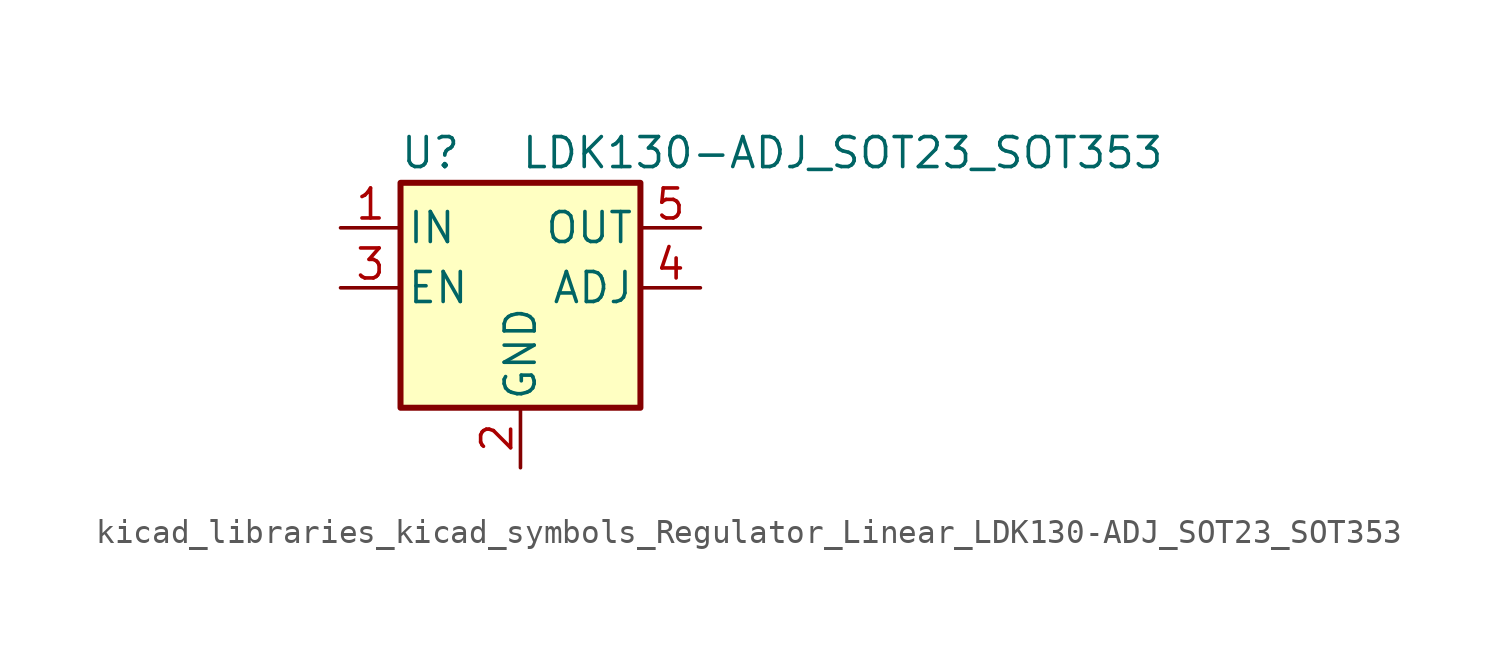
<source format=kicad_sym>
(kicad_symbol_lib
  (version 20220914)
  (generator kicad_symbol_editor)
  (symbol "kicad_libraries_kicad_symbols_Regulator_Linear_LDK130-ADJ_SOT23_SOT353"
    (pin_names
      (offset 0.254))
    (property "Reference" "U"
      (at -3.81 5.715 0)
      (effects (font (size 1.27 1.27))))
    (property "Value" "LDK130-ADJ_SOT23_SOT353"
      (at 0 5.715 0)
      (effects (font (size 1.27 1.27)) (justify left)))
    (symbol "kicad_libraries_kicad_symbols_Regulator_Linear_LDK130-ADJ_SOT23_SOT353_0_1"
      (rectangle (start -5.08 4.445) (end 5.08 -5.08) (stroke (width 0.254) (type default)) (fill (type background))))
    (symbol "kicad_libraries_kicad_symbols_Regulator_Linear_LDK130-ADJ_SOT23_SOT353_1_1"
      (pin power_in line (at -7.62 2.54 0) (length 2.54) (name "IN" (effects (font (size 1.27 1.27)))) (number "1" (effects (font (size 1.27 1.27)))))
      (pin power_in line (at 0 -7.62 90) (length 2.54) (name "GND" (effects (font (size 1.27 1.27)))) (number "2" (effects (font (size 1.27 1.27)))))
      (pin input line (at -7.62 0 0) (length 2.54) (name "EN" (effects (font (size 1.27 1.27)))) (number "3" (effects (font (size 1.27 1.27)))))
      (pin input line (at 7.62 0 180) (length 2.54) (name "ADJ" (effects (font (size 1.27 1.27)))) (number "4" (effects (font (size 1.27 1.27)))))
      (pin power_out line (at 7.62 2.54 180) (length 2.54) (name "OUT" (effects (font (size 1.27 1.27)))) (number "5" (effects (font (size 1.27 1.27))))))))
</source>
